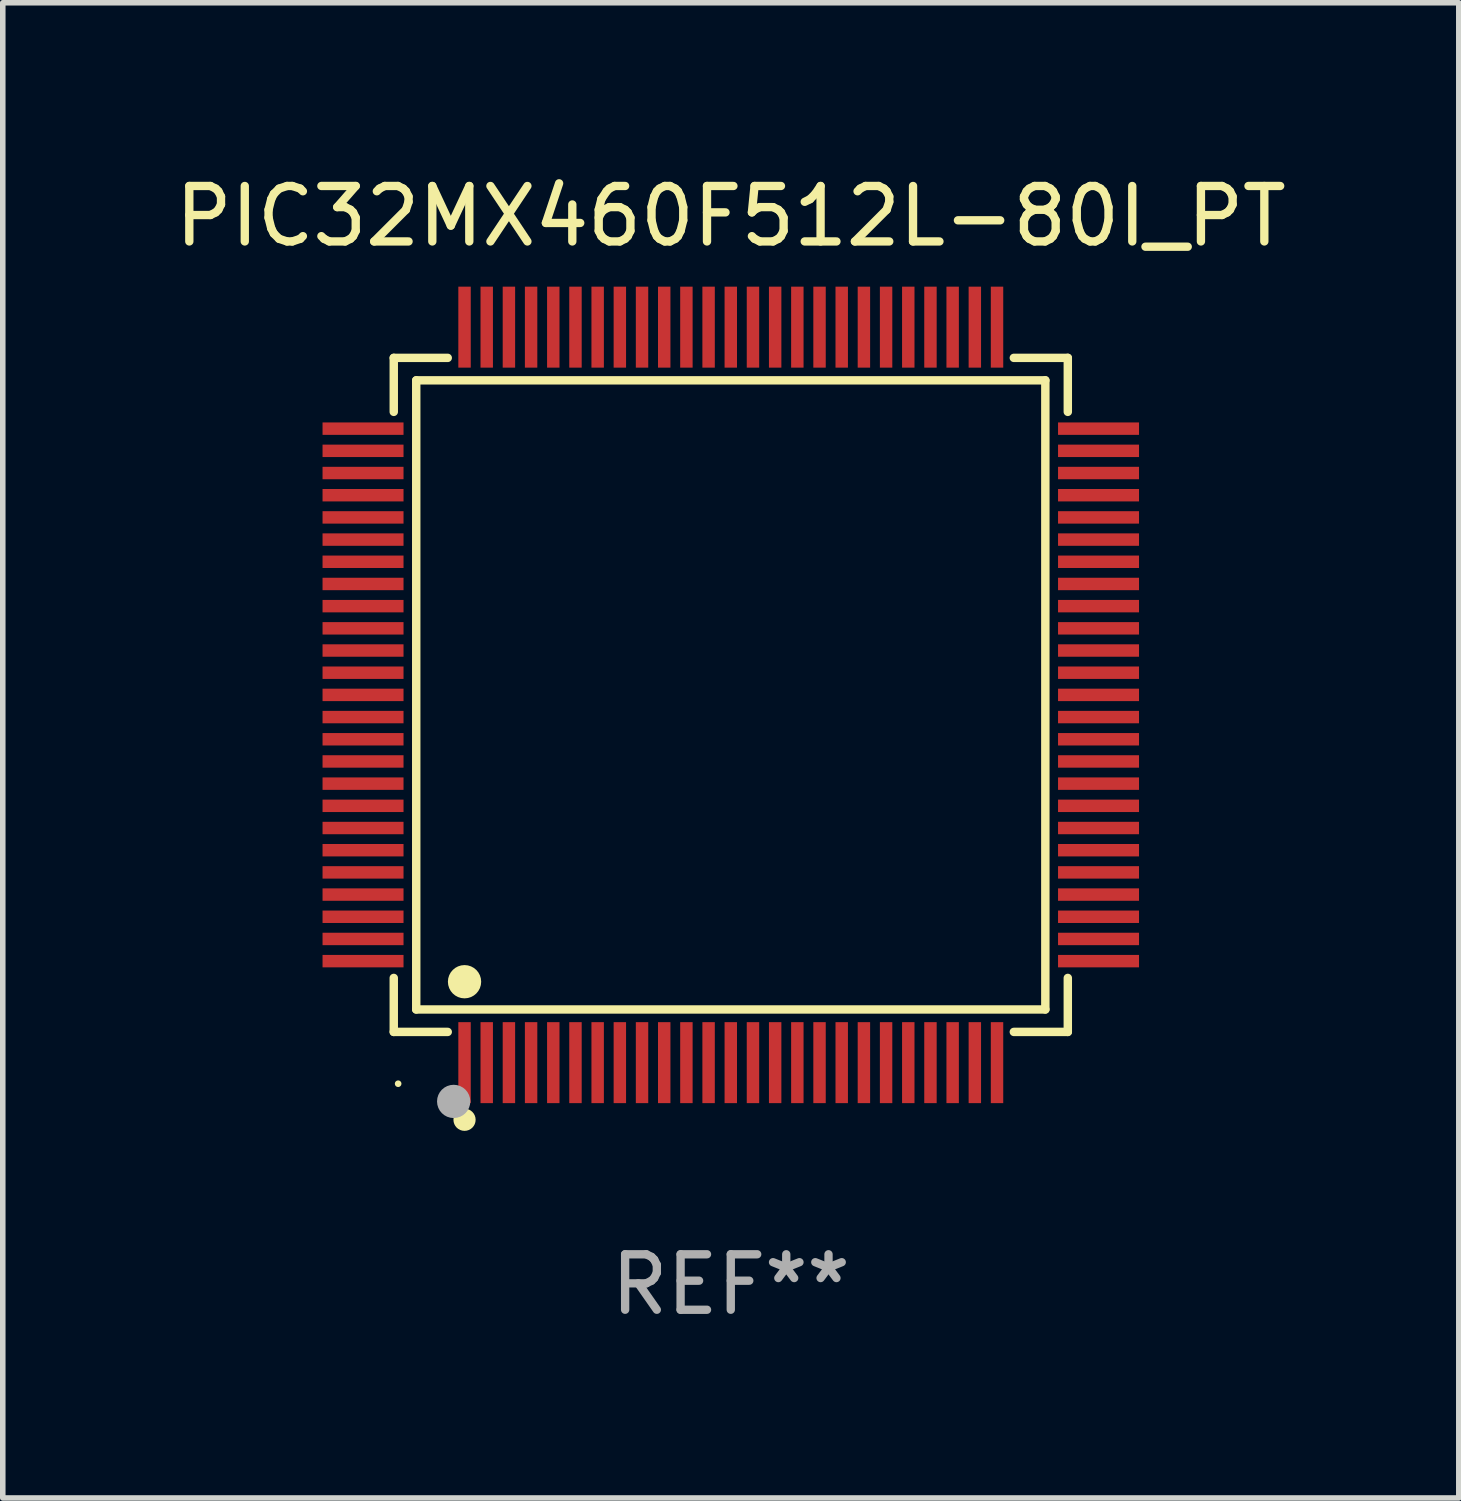
<source format=kicad_pcb>
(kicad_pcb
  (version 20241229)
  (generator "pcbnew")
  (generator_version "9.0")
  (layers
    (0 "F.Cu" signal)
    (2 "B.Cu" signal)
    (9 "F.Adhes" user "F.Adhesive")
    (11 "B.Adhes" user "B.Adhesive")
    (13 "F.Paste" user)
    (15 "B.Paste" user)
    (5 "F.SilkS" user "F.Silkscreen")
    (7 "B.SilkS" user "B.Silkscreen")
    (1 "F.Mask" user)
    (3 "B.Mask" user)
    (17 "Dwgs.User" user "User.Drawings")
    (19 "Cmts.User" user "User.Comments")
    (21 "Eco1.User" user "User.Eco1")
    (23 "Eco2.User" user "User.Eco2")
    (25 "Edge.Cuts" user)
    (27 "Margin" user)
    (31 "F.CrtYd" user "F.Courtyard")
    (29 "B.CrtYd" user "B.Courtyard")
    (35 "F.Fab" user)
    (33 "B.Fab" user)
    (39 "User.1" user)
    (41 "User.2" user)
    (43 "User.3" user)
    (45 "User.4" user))
  (footprint "PIC32MX460F512L-80I_PT"
    (layer "F.Cu")
    (at 10.125 9.478)
    (property "Reference" "PIC32MX460F512L-80I_PT" (at 0 -8.63 0) (layer "F.SilkS") (effects (font (size 1 1) (thickness 0.15))))
    (attr through_hole)
    (fp_line (start -6.076 -6.076) (end -5.103 -6.076) (stroke (width 0.152) (type solid)) (layer "F.SilkS"))
    (fp_line (start -6.076 -5.103) (end -6.076 -6.076) (stroke (width 0.152) (type solid)) (layer "F.SilkS"))
    (fp_line (start -6.076 5.103) (end -6.076 6.076) (stroke (width 0.152) (type solid)) (layer "F.SilkS"))
    (fp_line (start -6.076 6.076) (end -5.103 6.076) (stroke (width 0.152) (type solid)) (layer "F.SilkS"))
    (fp_line (start -5.671 -5.671) (end 5.671 -5.671) (stroke (width 0.152) (type solid)) (layer "F.SilkS"))
    (fp_line (start -5.671 5.671) (end -5.671 -5.671) (stroke (width 0.152) (type solid)) (layer "F.SilkS"))
    (fp_line (start 5.671 -5.671) (end 5.671 5.671) (stroke (width 0.152) (type solid)) (layer "F.SilkS"))
    (fp_line (start 5.671 5.671) (end -5.671 5.671) (stroke (width 0.152) (type solid)) (layer "F.SilkS"))
    (fp_line (start 6.076 -6.076) (end 5.103 -6.076) (stroke (width 0.152) (type solid)) (layer "F.SilkS"))
    (fp_line (start 6.076 -5.103) (end 6.076 -6.076) (stroke (width 0.152) (type solid)) (layer "F.SilkS"))
    (fp_line (start 6.076 5.103) (end 6.076 6.076) (stroke (width 0.152) (type solid)) (layer "F.SilkS"))
    (fp_line (start 6.076 6.076) (end 5.103 6.076) (stroke (width 0.152) (type solid)) (layer "F.SilkS"))
    (fp_circle (center -5.997 7.01) (end -5.967 7.01) (stroke (width 0.06) (type solid)) (fill no) (layer "F.SilkS"))
    (fp_circle (center -4.8 5.171) (end -4.65 5.171) (stroke (width 0.3) (type solid)) (fill no) (layer "F.SilkS"))
    (fp_circle (center -4.8 7.66) (end -4.7 7.66) (stroke (width 0.2) (type solid)) (fill no) (layer "F.SilkS"))
    (fp_circle (center -4.996 7.329) (end -4.846 7.329) (stroke (width 0.3) (type solid)) (fill no) (layer "F.Fab"))
    (fp_text user "REF**" (at 0 10.63 0) (layer "F.Fab") (effects (font (size 1 1) (thickness 0.15))))
    (pad "1" smd rect (at -4.8 6.63) (size 0.224 1.46) (layers "F.Cu" "F.Mask" "F.Paste"))
    (pad "2" smd rect (at -4.4 6.63) (size 0.224 1.46) (layers "F.Cu" "F.Mask" "F.Paste"))
    (pad "3" smd rect (at -4 6.63) (size 0.224 1.46) (layers "F.Cu" "F.Mask" "F.Paste"))
    (pad "4" smd rect (at -3.6 6.63) (size 0.224 1.46) (layers "F.Cu" "F.Mask" "F.Paste"))
    (pad "5" smd rect (at -3.2 6.63) (size 0.224 1.46) (layers "F.Cu" "F.Mask" "F.Paste"))
    (pad "6" smd rect (at -2.8 6.63) (size 0.224 1.46) (layers "F.Cu" "F.Mask" "F.Paste"))
    (pad "7" smd rect (at -2.4 6.63) (size 0.224 1.46) (layers "F.Cu" "F.Mask" "F.Paste"))
    (pad "8" smd rect (at -2 6.63) (size 0.224 1.46) (layers "F.Cu" "F.Mask" "F.Paste"))
    (pad "9" smd rect (at -1.6 6.63) (size 0.224 1.46) (layers "F.Cu" "F.Mask" "F.Paste"))
    (pad "10" smd rect (at -1.2 6.63) (size 0.224 1.46) (layers "F.Cu" "F.Mask" "F.Paste"))
    (pad "11" smd rect (at -0.8 6.63) (size 0.224 1.46) (layers "F.Cu" "F.Mask" "F.Paste"))
    (pad "12" smd rect (at -0.4 6.63) (size 0.224 1.46) (layers "F.Cu" "F.Mask" "F.Paste"))
    (pad "13" smd rect (at 0 6.63) (size 0.224 1.46) (layers "F.Cu" "F.Mask" "F.Paste"))
    (pad "14" smd rect (at 0.4 6.63) (size 0.224 1.46) (layers "F.Cu" "F.Mask" "F.Paste"))
    (pad "15" smd rect (at 0.8 6.63) (size 0.224 1.46) (layers "F.Cu" "F.Mask" "F.Paste"))
    (pad "16" smd rect (at 1.2 6.63) (size 0.224 1.46) (layers "F.Cu" "F.Mask" "F.Paste"))
    (pad "17" smd rect (at 1.6 6.63) (size 0.224 1.46) (layers "F.Cu" "F.Mask" "F.Paste"))
    (pad "18" smd rect (at 2 6.63) (size 0.224 1.46) (layers "F.Cu" "F.Mask" "F.Paste"))
    (pad "19" smd rect (at 2.4 6.63) (size 0.224 1.46) (layers "F.Cu" "F.Mask" "F.Paste"))
    (pad "20" smd rect (at 2.8 6.63) (size 0.224 1.46) (layers "F.Cu" "F.Mask" "F.Paste"))
    (pad "21" smd rect (at 3.2 6.63) (size 0.224 1.46) (layers "F.Cu" "F.Mask" "F.Paste"))
    (pad "22" smd rect (at 3.6 6.63) (size 0.224 1.46) (layers "F.Cu" "F.Mask" "F.Paste"))
    (pad "23" smd rect (at 4 6.63) (size 0.224 1.46) (layers "F.Cu" "F.Mask" "F.Paste"))
    (pad "24" smd rect (at 4.4 6.63) (size 0.224 1.46) (layers "F.Cu" "F.Mask" "F.Paste"))
    (pad "25" smd rect (at 4.8 6.63) (size 0.224 1.46) (layers "F.Cu" "F.Mask" "F.Paste"))
    (pad "26" smd rect (at 6.63 4.8) (size 1.46 0.224) (layers "F.Cu" "F.Mask" "F.Paste"))
    (pad "27" smd rect (at 6.63 4.4) (size 1.46 0.224) (layers "F.Cu" "F.Mask" "F.Paste"))
    (pad "28" smd rect (at 6.63 4) (size 1.46 0.224) (layers "F.Cu" "F.Mask" "F.Paste"))
    (pad "29" smd rect (at 6.63 3.6) (size 1.46 0.224) (layers "F.Cu" "F.Mask" "F.Paste"))
    (pad "30" smd rect (at 6.63 3.2) (size 1.46 0.224) (layers "F.Cu" "F.Mask" "F.Paste"))
    (pad "31" smd rect (at 6.63 2.8) (size 1.46 0.224) (layers "F.Cu" "F.Mask" "F.Paste"))
    (pad "32" smd rect (at 6.63 2.4) (size 1.46 0.224) (layers "F.Cu" "F.Mask" "F.Paste"))
    (pad "33" smd rect (at 6.63 2) (size 1.46 0.224) (layers "F.Cu" "F.Mask" "F.Paste"))
    (pad "34" smd rect (at 6.63 1.6) (size 1.46 0.224) (layers "F.Cu" "F.Mask" "F.Paste"))
    (pad "35" smd rect (at 6.63 1.2) (size 1.46 0.224) (layers "F.Cu" "F.Mask" "F.Paste"))
    (pad "36" smd rect (at 6.63 0.8) (size 1.46 0.224) (layers "F.Cu" "F.Mask" "F.Paste"))
    (pad "37" smd rect (at 6.63 0.4) (size 1.46 0.224) (layers "F.Cu" "F.Mask" "F.Paste"))
    (pad "38" smd rect (at 6.63 0) (size 1.46 0.224) (layers "F.Cu" "F.Mask" "F.Paste"))
    (pad "39" smd rect (at 6.63 -0.4) (size 1.46 0.224) (layers "F.Cu" "F.Mask" "F.Paste"))
    (pad "40" smd rect (at 6.63 -0.8) (size 1.46 0.224) (layers "F.Cu" "F.Mask" "F.Paste"))
    (pad "41" smd rect (at 6.63 -1.2) (size 1.46 0.224) (layers "F.Cu" "F.Mask" "F.Paste"))
    (pad "42" smd rect (at 6.63 -1.6) (size 1.46 0.224) (layers "F.Cu" "F.Mask" "F.Paste"))
    (pad "43" smd rect (at 6.63 -2) (size 1.46 0.224) (layers "F.Cu" "F.Mask" "F.Paste"))
    (pad "44" smd rect (at 6.63 -2.4) (size 1.46 0.224) (layers "F.Cu" "F.Mask" "F.Paste"))
    (pad "45" smd rect (at 6.63 -2.8) (size 1.46 0.224) (layers "F.Cu" "F.Mask" "F.Paste"))
    (pad "46" smd rect (at 6.63 -3.2) (size 1.46 0.224) (layers "F.Cu" "F.Mask" "F.Paste"))
    (pad "47" smd rect (at 6.63 -3.6) (size 1.46 0.224) (layers "F.Cu" "F.Mask" "F.Paste"))
    (pad "48" smd rect (at 6.63 -4) (size 1.46 0.224) (layers "F.Cu" "F.Mask" "F.Paste"))
    (pad "49" smd rect (at 6.63 -4.4) (size 1.46 0.224) (layers "F.Cu" "F.Mask" "F.Paste"))
    (pad "50" smd rect (at 6.63 -4.8) (size 1.46 0.224) (layers "F.Cu" "F.Mask" "F.Paste"))
    (pad "51" smd rect (at 4.8 -6.63) (size 0.224 1.46) (layers "F.Cu" "F.Mask" "F.Paste"))
    (pad "52" smd rect (at 4.4 -6.63) (size 0.224 1.46) (layers "F.Cu" "F.Mask" "F.Paste"))
    (pad "53" smd rect (at 4 -6.63) (size 0.224 1.46) (layers "F.Cu" "F.Mask" "F.Paste"))
    (pad "54" smd rect (at 3.6 -6.63) (size 0.224 1.46) (layers "F.Cu" "F.Mask" "F.Paste"))
    (pad "55" smd rect (at 3.2 -6.63) (size 0.224 1.46) (layers "F.Cu" "F.Mask" "F.Paste"))
    (pad "56" smd rect (at 2.8 -6.63) (size 0.224 1.46) (layers "F.Cu" "F.Mask" "F.Paste"))
    (pad "57" smd rect (at 2.4 -6.63) (size 0.224 1.46) (layers "F.Cu" "F.Mask" "F.Paste"))
    (pad "58" smd rect (at 2 -6.63) (size 0.224 1.46) (layers "F.Cu" "F.Mask" "F.Paste"))
    (pad "59" smd rect (at 1.6 -6.63) (size 0.224 1.46) (layers "F.Cu" "F.Mask" "F.Paste"))
    (pad "60" smd rect (at 1.2 -6.63) (size 0.224 1.46) (layers "F.Cu" "F.Mask" "F.Paste"))
    (pad "61" smd rect (at 0.8 -6.63) (size 0.224 1.46) (layers "F.Cu" "F.Mask" "F.Paste"))
    (pad "62" smd rect (at 0.4 -6.63) (size 0.224 1.46) (layers "F.Cu" "F.Mask" "F.Paste"))
    (pad "63" smd rect (at 0 -6.63) (size 0.224 1.46) (layers "F.Cu" "F.Mask" "F.Paste"))
    (pad "64" smd rect (at -0.4 -6.63) (size 0.224 1.46) (layers "F.Cu" "F.Mask" "F.Paste"))
    (pad "65" smd rect (at -0.8 -6.63) (size 0.224 1.46) (layers "F.Cu" "F.Mask" "F.Paste"))
    (pad "66" smd rect (at -1.2 -6.63) (size 0.224 1.46) (layers "F.Cu" "F.Mask" "F.Paste"))
    (pad "67" smd rect (at -1.6 -6.63) (size 0.224 1.46) (layers "F.Cu" "F.Mask" "F.Paste"))
    (pad "68" smd rect (at -2 -6.63) (size 0.224 1.46) (layers "F.Cu" "F.Mask" "F.Paste"))
    (pad "69" smd rect (at -2.4 -6.63) (size 0.224 1.46) (layers "F.Cu" "F.Mask" "F.Paste"))
    (pad "70" smd rect (at -2.8 -6.63) (size 0.224 1.46) (layers "F.Cu" "F.Mask" "F.Paste"))
    (pad "71" smd rect (at -3.2 -6.63) (size 0.224 1.46) (layers "F.Cu" "F.Mask" "F.Paste"))
    (pad "72" smd rect (at -3.6 -6.63) (size 0.224 1.46) (layers "F.Cu" "F.Mask" "F.Paste"))
    (pad "73" smd rect (at -4 -6.63) (size 0.224 1.46) (layers "F.Cu" "F.Mask" "F.Paste"))
    (pad "74" smd rect (at -4.4 -6.63) (size 0.224 1.46) (layers "F.Cu" "F.Mask" "F.Paste"))
    (pad "75" smd rect (at -4.8 -6.63) (size 0.224 1.46) (layers "F.Cu" "F.Mask" "F.Paste"))
    (pad "76" smd rect (at -6.63 -4.8) (size 1.46 0.224) (layers "F.Cu" "F.Mask" "F.Paste"))
    (pad "77" smd rect (at -6.63 -4.4) (size 1.46 0.224) (layers "F.Cu" "F.Mask" "F.Paste"))
    (pad "78" smd rect (at -6.63 -4) (size 1.46 0.224) (layers "F.Cu" "F.Mask" "F.Paste"))
    (pad "79" smd rect (at -6.63 -3.6) (size 1.46 0.224) (layers "F.Cu" "F.Mask" "F.Paste"))
    (pad "80" smd rect (at -6.63 -3.2) (size 1.46 0.224) (layers "F.Cu" "F.Mask" "F.Paste"))
    (pad "81" smd rect (at -6.63 -2.8) (size 1.46 0.224) (layers "F.Cu" "F.Mask" "F.Paste"))
    (pad "82" smd rect (at -6.63 -2.4) (size 1.46 0.224) (layers "F.Cu" "F.Mask" "F.Paste"))
    (pad "83" smd rect (at -6.63 -2) (size 1.46 0.224) (layers "F.Cu" "F.Mask" "F.Paste"))
    (pad "84" smd rect (at -6.63 -1.6) (size 1.46 0.224) (layers "F.Cu" "F.Mask" "F.Paste"))
    (pad "85" smd rect (at -6.63 -1.2) (size 1.46 0.224) (layers "F.Cu" "F.Mask" "F.Paste"))
    (pad "86" smd rect (at -6.63 -0.8) (size 1.46 0.224) (layers "F.Cu" "F.Mask" "F.Paste"))
    (pad "87" smd rect (at -6.63 -0.4) (size 1.46 0.224) (layers "F.Cu" "F.Mask" "F.Paste"))
    (pad "88" smd rect (at -6.63 0) (size 1.46 0.224) (layers "F.Cu" "F.Mask" "F.Paste"))
    (pad "89" smd rect (at -6.63 0.4) (size 1.46 0.224) (layers "F.Cu" "F.Mask" "F.Paste"))
    (pad "90" smd rect (at -6.63 0.8) (size 1.46 0.224) (layers "F.Cu" "F.Mask" "F.Paste"))
    (pad "91" smd rect (at -6.63 1.2) (size 1.46 0.224) (layers "F.Cu" "F.Mask" "F.Paste"))
    (pad "92" smd rect (at -6.63 1.6) (size 1.46 0.224) (layers "F.Cu" "F.Mask" "F.Paste"))
    (pad "93" smd rect (at -6.63 2) (size 1.46 0.224) (layers "F.Cu" "F.Mask" "F.Paste"))
    (pad "94" smd rect (at -6.63 2.4) (size 1.46 0.224) (layers "F.Cu" "F.Mask" "F.Paste"))
    (pad "95" smd rect (at -6.63 2.8) (size 1.46 0.224) (layers "F.Cu" "F.Mask" "F.Paste"))
    (pad "96" smd rect (at -6.63 3.2) (size 1.46 0.224) (layers "F.Cu" "F.Mask" "F.Paste"))
    (pad "97" smd rect (at -6.63 3.6) (size 1.46 0.224) (layers "F.Cu" "F.Mask" "F.Paste"))
    (pad "98" smd rect (at -6.63 4) (size 1.46 0.224) (layers "F.Cu" "F.Mask" "F.Paste"))
    (pad "99" smd rect (at -6.63 4.4) (size 1.46 0.224) (layers "F.Cu" "F.Mask" "F.Paste"))
    (pad "100" smd rect (at -6.63 4.8) (size 1.46 0.224) (layers "F.Cu" "F.Mask" "F.Paste")))
  (gr_rect
    (start -3 -3)
    (end 23.25 23.956)
    (stroke (width 0.1) (type default))
    (fill no)
    (layer "Edge.Cuts")))
</source>
